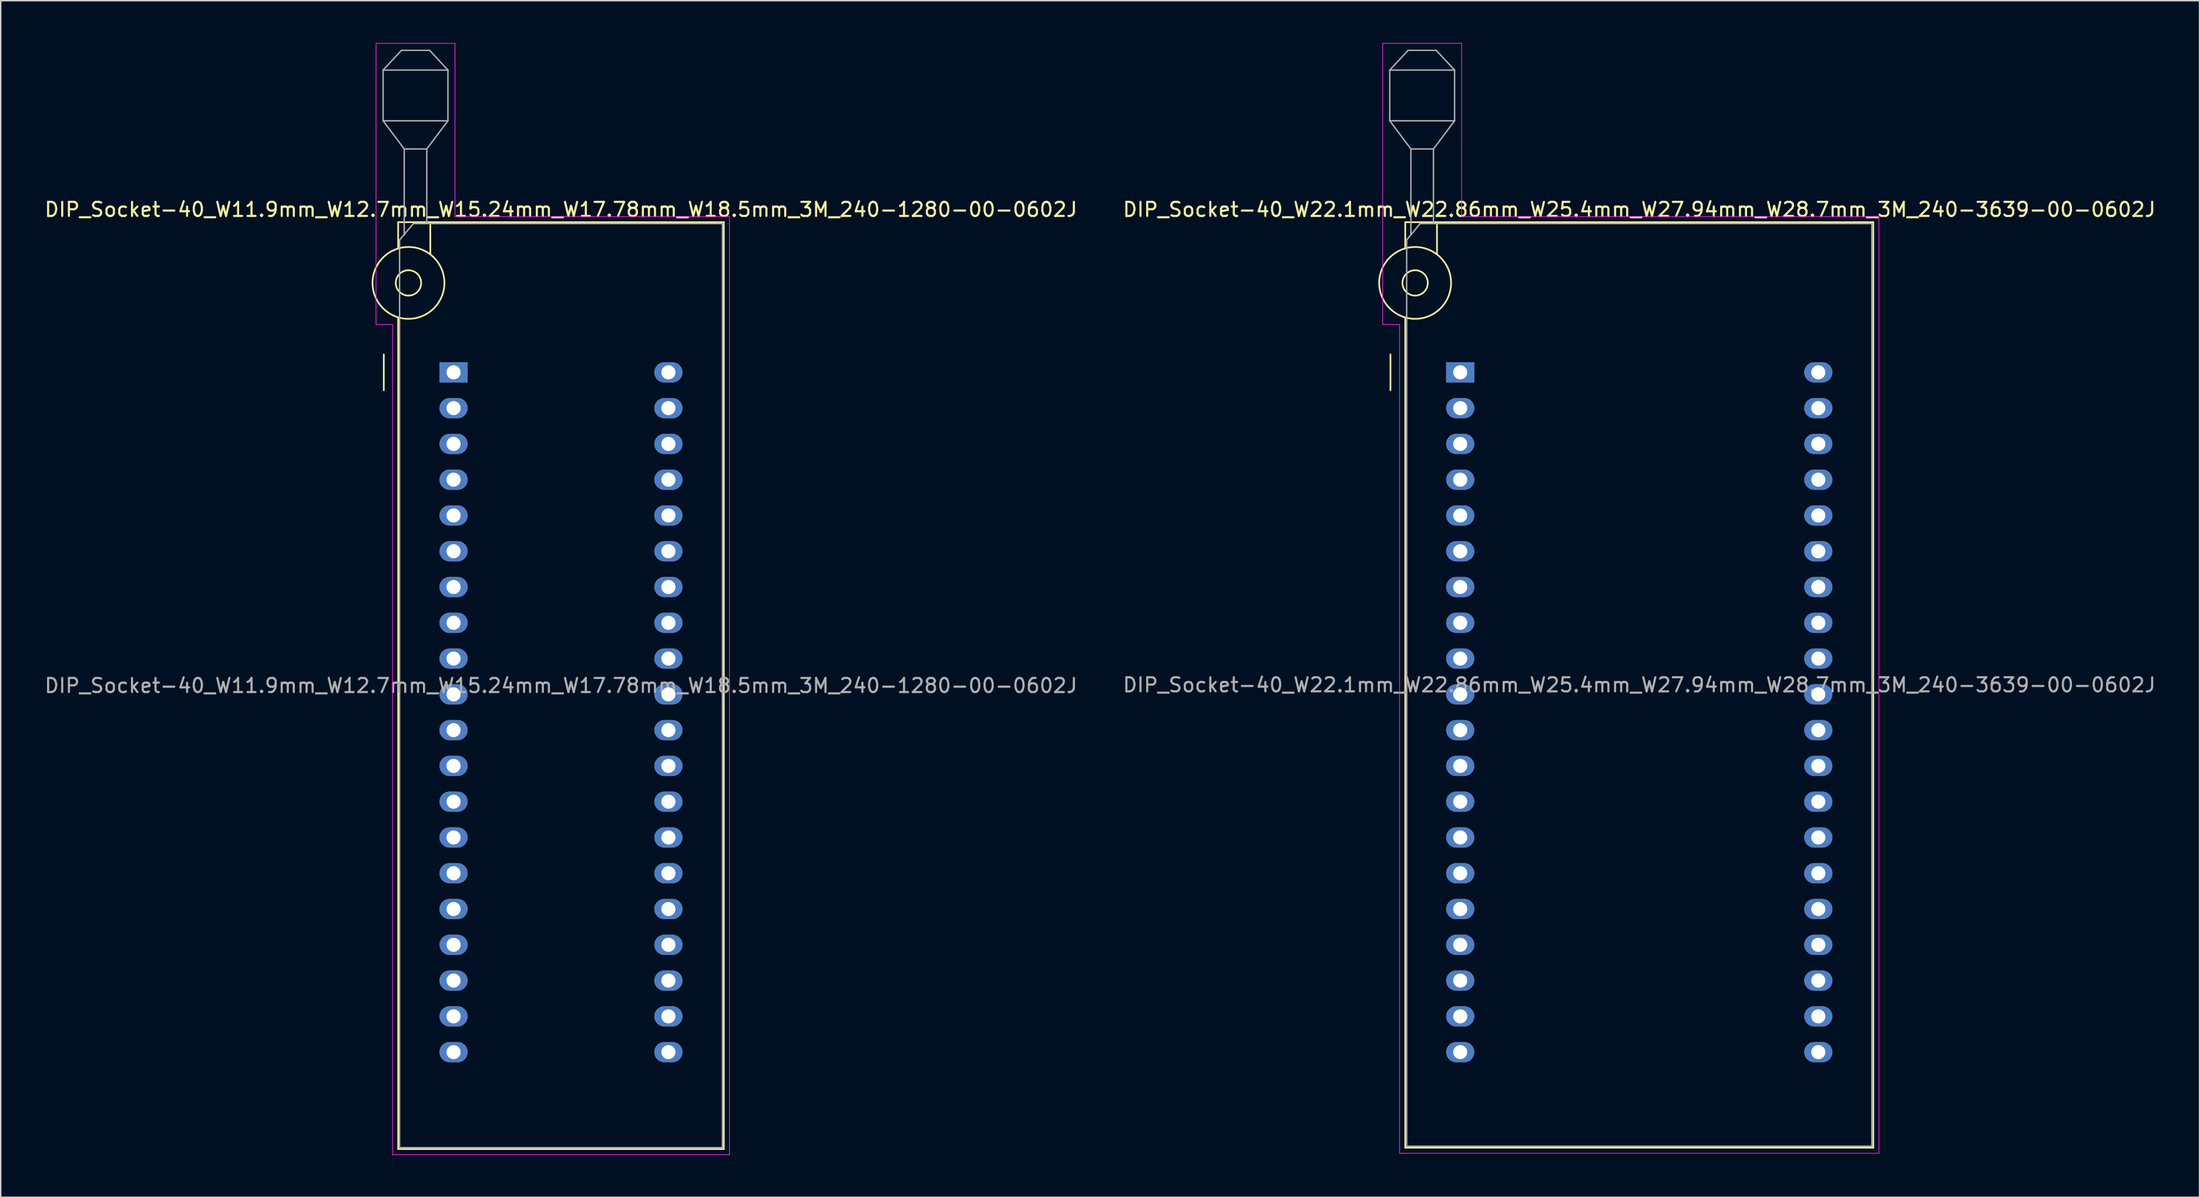
<source format=kicad_pcb>
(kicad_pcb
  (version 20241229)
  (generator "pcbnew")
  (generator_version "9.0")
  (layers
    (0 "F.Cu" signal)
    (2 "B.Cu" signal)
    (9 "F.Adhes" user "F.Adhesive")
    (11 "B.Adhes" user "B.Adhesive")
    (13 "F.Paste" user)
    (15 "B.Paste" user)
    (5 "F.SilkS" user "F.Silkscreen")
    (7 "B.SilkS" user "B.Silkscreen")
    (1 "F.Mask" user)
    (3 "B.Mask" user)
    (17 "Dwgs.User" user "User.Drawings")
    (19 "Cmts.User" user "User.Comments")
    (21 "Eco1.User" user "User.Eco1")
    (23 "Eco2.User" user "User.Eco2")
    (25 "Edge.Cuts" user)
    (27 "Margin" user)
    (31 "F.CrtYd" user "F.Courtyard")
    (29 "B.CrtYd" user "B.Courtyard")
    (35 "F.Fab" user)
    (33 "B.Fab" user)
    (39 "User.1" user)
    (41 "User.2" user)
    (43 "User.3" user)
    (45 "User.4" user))
  (footprint "DIP_Socket-40_W11.9mm_W12.7mm_W15.24mm_W17.78mm_W18.5mm_3M_240-1280-00-0602J"
    (layer "F.Cu")
    (at 29.124 23.385)
    (property "Reference" "DIP_Socket-40_W11.9mm_W12.7mm_W15.24mm_W17.78mm_W18.5mm_3M_240-1280-00-0602J" (at 7.62 -11.56 0) (layer "F.SilkS") (effects (font (size 1 1) (thickness 0.15))))
    (attr through_hole)
    (fp_line (start -4.95 1.27) (end -4.95 -1.27) (stroke (width 0.12) (type solid)) (layer "F.SilkS"))
    (fp_line (start -3.93 -10.66) (end -3.93 -8.8) (stroke (width 0.12) (type solid)) (layer "F.SilkS"))
    (fp_line (start -3.93 -3.9) (end -3.93 55.14) (stroke (width 0.12) (type solid)) (layer "F.SilkS"))
    (fp_line (start -3.93 55.14) (end 19.17 55.14) (stroke (width 0.12) (type solid)) (layer "F.SilkS"))
    (fp_line (start -1.65 -10.66) (end -1.65 -8.4) (stroke (width 0.12) (type solid)) (layer "F.SilkS"))
    (fp_line (start 19.17 -10.66) (end -3.93 -10.66) (stroke (width 0.12) (type solid)) (layer "F.SilkS"))
    (fp_line (start 19.17 55.14) (end 19.17 -10.66) (stroke (width 0.12) (type solid)) (layer "F.SilkS"))
    (fp_circle (center -3.2 -6.35) (end -2.3 -6.35) (stroke (width 0.12) (type solid)) (fill no) (layer "F.SilkS"))
    (fp_circle (center -3.2 -6.35) (end -0.65 -6.35) (stroke (width 0.12) (type solid)) (fill no) (layer "F.SilkS"))
    (fp_line (start -5.5 -23.36) (end 0.1 -23.36) (stroke (width 0.05) (type solid)) (layer "F.CrtYd"))
    (fp_line (start -5.5 -3.4) (end -5.5 -23.36) (stroke (width 0.05) (type solid)) (layer "F.CrtYd"))
    (fp_line (start -4.33 -3.4) (end -5.5 -3.4) (stroke (width 0.05) (type solid)) (layer "F.CrtYd"))
    (fp_line (start -4.33 55.54) (end -4.33 -3.4) (stroke (width 0.05) (type solid)) (layer "F.CrtYd"))
    (fp_line (start 0.1 -23.36) (end 0.1 -11.06) (stroke (width 0.05) (type solid)) (layer "F.CrtYd"))
    (fp_line (start 0.1 -11.06) (end 19.57 -11.06) (stroke (width 0.05) (type solid)) (layer "F.CrtYd"))
    (fp_line (start 19.57 -11.06) (end 19.57 55.54) (stroke (width 0.05) (type solid)) (layer "F.CrtYd"))
    (fp_line (start 19.57 55.54) (end -4.33 55.54) (stroke (width 0.05) (type solid)) (layer "F.CrtYd"))
    (fp_line (start -5 -21.46) (end -5 -17.86) (stroke (width 0.1) (type solid)) (layer "F.Fab"))
    (fp_line (start -5 -21.46) (end -3.7 -22.86) (stroke (width 0.1) (type solid)) (layer "F.Fab"))
    (fp_line (start -5 -17.86) (end -3.5 -15.86) (stroke (width 0.1) (type solid)) (layer "F.Fab"))
    (fp_line (start -5 -17.86) (end -0.4 -17.86) (stroke (width 0.1) (type solid)) (layer "F.Fab"))
    (fp_line (start -3.83 -9.4) (end -2.85 -10.56) (stroke (width 0.1) (type solid)) (layer "F.Fab"))
    (fp_line (start -3.83 55.04) (end -3.83 -9.4) (stroke (width 0.1) (type solid)) (layer "F.Fab"))
    (fp_line (start -3.7 -22.86) (end -1.7 -22.86) (stroke (width 0.1) (type solid)) (layer "F.Fab"))
    (fp_line (start -3.5 -15.86) (end -1.9 -15.86) (stroke (width 0.1) (type solid)) (layer "F.Fab"))
    (fp_line (start -3.5 -9.75) (end -3.5 -15.86) (stroke (width 0.1) (type solid)) (layer "F.Fab"))
    (fp_line (start -2.85 -10.56) (end 19.07 -10.56) (stroke (width 0.1) (type solid)) (layer "F.Fab"))
    (fp_line (start -1.9 -15.86) (end -1.9 -10.56) (stroke (width 0.1) (type solid)) (layer "F.Fab"))
    (fp_line (start -1.7 -22.86) (end -0.4 -21.46) (stroke (width 0.1) (type solid)) (layer "F.Fab"))
    (fp_line (start -0.4 -21.46) (end -5 -21.46) (stroke (width 0.1) (type solid)) (layer "F.Fab"))
    (fp_line (start -0.4 -17.86) (end -1.9 -15.86) (stroke (width 0.1) (type solid)) (layer "F.Fab"))
    (fp_line (start -0.4 -17.86) (end -0.4 -21.46) (stroke (width 0.1) (type solid)) (layer "F.Fab"))
    (fp_line (start 19.07 -10.56) (end 19.07 55.04) (stroke (width 0.1) (type solid)) (layer "F.Fab"))
    (fp_line (start 19.07 55.04) (end -3.83 55.04) (stroke (width 0.1) (type solid)) (layer "F.Fab"))
    (fp_text user "${REFERENCE}" (at 7.62 22.24 0) (layer "F.Fab") (effects (font (size 1 1) (thickness 0.15))))
    (pad "1" thru_hole rect (at 0 0) (size 2 1.44) (drill 1) (layers "*.Cu" "*.Mask"))
    (pad "2" thru_hole oval (at 0 2.54) (size 2 1.44) (drill 1) (layers "*.Cu" "*.Mask"))
    (pad "3" thru_hole oval (at 0 5.08) (size 2 1.44) (drill 1) (layers "*.Cu" "*.Mask"))
    (pad "4" thru_hole oval (at 0 7.62) (size 2 1.44) (drill 1) (layers "*.Cu" "*.Mask"))
    (pad "5" thru_hole oval (at 0 10.16) (size 2 1.44) (drill 1) (layers "*.Cu" "*.Mask"))
    (pad "6" thru_hole oval (at 0 12.7) (size 2 1.44) (drill 1) (layers "*.Cu" "*.Mask"))
    (pad "7" thru_hole oval (at 0 15.24) (size 2 1.44) (drill 1) (layers "*.Cu" "*.Mask"))
    (pad "8" thru_hole oval (at 0 17.78) (size 2 1.44) (drill 1) (layers "*.Cu" "*.Mask"))
    (pad "9" thru_hole oval (at 0 20.32) (size 2 1.44) (drill 1) (layers "*.Cu" "*.Mask"))
    (pad "10" thru_hole oval (at 0 22.86) (size 2 1.44) (drill 1) (layers "*.Cu" "*.Mask"))
    (pad "11" thru_hole oval (at 0 25.4) (size 2 1.44) (drill 1) (layers "*.Cu" "*.Mask"))
    (pad "12" thru_hole oval (at 0 27.94) (size 2 1.44) (drill 1) (layers "*.Cu" "*.Mask"))
    (pad "13" thru_hole oval (at 0 30.48) (size 2 1.44) (drill 1) (layers "*.Cu" "*.Mask"))
    (pad "14" thru_hole oval (at 0 33.02) (size 2 1.44) (drill 1) (layers "*.Cu" "*.Mask"))
    (pad "15" thru_hole oval (at 0 35.56) (size 2 1.44) (drill 1) (layers "*.Cu" "*.Mask"))
    (pad "16" thru_hole oval (at 0 38.1) (size 2 1.44) (drill 1) (layers "*.Cu" "*.Mask"))
    (pad "17" thru_hole oval (at 0 40.64) (size 2 1.44) (drill 1) (layers "*.Cu" "*.Mask"))
    (pad "18" thru_hole oval (at 0 43.18) (size 2 1.44) (drill 1) (layers "*.Cu" "*.Mask"))
    (pad "19" thru_hole oval (at 0 45.72) (size 2 1.44) (drill 1) (layers "*.Cu" "*.Mask"))
    (pad "20" thru_hole oval (at 0 48.26) (size 2 1.44) (drill 1) (layers "*.Cu" "*.Mask"))
    (pad "21" thru_hole oval (at 15.24 48.26) (size 2 1.44) (drill 1) (layers "*.Cu" "*.Mask"))
    (pad "22" thru_hole oval (at 15.24 45.72) (size 2 1.44) (drill 1) (layers "*.Cu" "*.Mask"))
    (pad "23" thru_hole oval (at 15.24 43.18) (size 2 1.44) (drill 1) (layers "*.Cu" "*.Mask"))
    (pad "24" thru_hole oval (at 15.24 40.64) (size 2 1.44) (drill 1) (layers "*.Cu" "*.Mask"))
    (pad "25" thru_hole oval (at 15.24 38.1) (size 2 1.44) (drill 1) (layers "*.Cu" "*.Mask"))
    (pad "26" thru_hole oval (at 15.24 35.56) (size 2 1.44) (drill 1) (layers "*.Cu" "*.Mask"))
    (pad "27" thru_hole oval (at 15.24 33.02) (size 2 1.44) (drill 1) (layers "*.Cu" "*.Mask"))
    (pad "28" thru_hole oval (at 15.24 30.48) (size 2 1.44) (drill 1) (layers "*.Cu" "*.Mask"))
    (pad "29" thru_hole oval (at 15.24 27.94) (size 2 1.44) (drill 1) (layers "*.Cu" "*.Mask"))
    (pad "30" thru_hole oval (at 15.24 25.4) (size 2 1.44) (drill 1) (layers "*.Cu" "*.Mask"))
    (pad "31" thru_hole oval (at 15.24 22.86) (size 2 1.44) (drill 1) (layers "*.Cu" "*.Mask"))
    (pad "32" thru_hole oval (at 15.24 20.32) (size 2 1.44) (drill 1) (layers "*.Cu" "*.Mask"))
    (pad "33" thru_hole oval (at 15.24 17.78) (size 2 1.44) (drill 1) (layers "*.Cu" "*.Mask"))
    (pad "34" thru_hole oval (at 15.24 15.24) (size 2 1.44) (drill 1) (layers "*.Cu" "*.Mask"))
    (pad "35" thru_hole oval (at 15.24 12.7) (size 2 1.44) (drill 1) (layers "*.Cu" "*.Mask"))
    (pad "36" thru_hole oval (at 15.24 10.16) (size 2 1.44) (drill 1) (layers "*.Cu" "*.Mask"))
    (pad "37" thru_hole oval (at 15.24 7.62) (size 2 1.44) (drill 1) (layers "*.Cu" "*.Mask"))
    (pad "38" thru_hole oval (at 15.24 5.08) (size 2 1.44) (drill 1) (layers "*.Cu" "*.Mask"))
    (pad "39" thru_hole oval (at 15.24 2.54) (size 2 1.44) (drill 1) (layers "*.Cu" "*.Mask"))
    (pad "40" thru_hole oval (at 15.24 0) (size 2 1.44) (drill 1) (layers "*.Cu" "*.Mask")))
  (footprint "DIP_Socket-40_W22.1mm_W22.86mm_W25.4mm_W27.94mm_W28.7mm_3M_240-3639-00-0602J"
    (layer "F.Cu")
    (at 100.532 23.385)
    (property "Reference" "DIP_Socket-40_W22.1mm_W22.86mm_W25.4mm_W27.94mm_W28.7mm_3M_240-3639-00-0602J" (at 12.7 -11.56 0) (layer "F.SilkS") (effects (font (size 1 1) (thickness 0.15))))
    (attr through_hole)
    (fp_line (start -4.95 1.27) (end -4.95 -1.27) (stroke (width 0.12) (type solid)) (layer "F.SilkS"))
    (fp_line (start -3.9 -10.66) (end -3.9 -8.8) (stroke (width 0.12) (type solid)) (layer "F.SilkS"))
    (fp_line (start -3.9 -3.9) (end -3.9 55.04) (stroke (width 0.12) (type solid)) (layer "F.SilkS"))
    (fp_line (start -3.9 55.04) (end 29.3 55.04) (stroke (width 0.12) (type solid)) (layer "F.SilkS"))
    (fp_line (start -1.65 -10.66) (end -1.65 -8.4) (stroke (width 0.12) (type solid)) (layer "F.SilkS"))
    (fp_line (start 29.3 -10.66) (end -3.9 -10.66) (stroke (width 0.12) (type solid)) (layer "F.SilkS"))
    (fp_line (start 29.3 55.04) (end 29.3 -10.66) (stroke (width 0.12) (type solid)) (layer "F.SilkS"))
    (fp_circle (center -3.2 -6.35) (end -2.3 -6.35) (stroke (width 0.12) (type solid)) (fill no) (layer "F.SilkS"))
    (fp_circle (center -3.2 -6.35) (end -0.65 -6.35) (stroke (width 0.12) (type solid)) (fill no) (layer "F.SilkS"))
    (fp_line (start -5.5 -23.36) (end 0.1 -23.36) (stroke (width 0.05) (type solid)) (layer "F.CrtYd"))
    (fp_line (start -5.5 -3.4) (end -5.5 -23.36) (stroke (width 0.05) (type solid)) (layer "F.CrtYd"))
    (fp_line (start -4.3 -3.4) (end -5.5 -3.4) (stroke (width 0.05) (type solid)) (layer "F.CrtYd"))
    (fp_line (start -4.3 55.44) (end -4.3 -3.4) (stroke (width 0.05) (type solid)) (layer "F.CrtYd"))
    (fp_line (start 0.1 -23.36) (end 0.1 -11.06) (stroke (width 0.05) (type solid)) (layer "F.CrtYd"))
    (fp_line (start 0.1 -11.06) (end 29.7 -11.06) (stroke (width 0.05) (type solid)) (layer "F.CrtYd"))
    (fp_line (start 29.7 -11.06) (end 29.7 55.44) (stroke (width 0.05) (type solid)) (layer "F.CrtYd"))
    (fp_line (start 29.7 55.44) (end -4.3 55.44) (stroke (width 0.05) (type solid)) (layer "F.CrtYd"))
    (fp_line (start -5 -21.46) (end -5 -17.86) (stroke (width 0.1) (type solid)) (layer "F.Fab"))
    (fp_line (start -5 -21.46) (end -3.7 -22.86) (stroke (width 0.1) (type solid)) (layer "F.Fab"))
    (fp_line (start -5 -17.86) (end -3.5 -15.86) (stroke (width 0.1) (type solid)) (layer "F.Fab"))
    (fp_line (start -5 -17.86) (end -0.4 -17.86) (stroke (width 0.1) (type solid)) (layer "F.Fab"))
    (fp_line (start -3.8 -9.4) (end -2.85 -10.56) (stroke (width 0.1) (type solid)) (layer "F.Fab"))
    (fp_line (start -3.8 54.94) (end -3.8 -9.4) (stroke (width 0.1) (type solid)) (layer "F.Fab"))
    (fp_line (start -3.7 -22.86) (end -1.7 -22.86) (stroke (width 0.1) (type solid)) (layer "F.Fab"))
    (fp_line (start -3.5 -15.86) (end -1.9 -15.86) (stroke (width 0.1) (type solid)) (layer "F.Fab"))
    (fp_line (start -3.5 -9.75) (end -3.5 -15.86) (stroke (width 0.1) (type solid)) (layer "F.Fab"))
    (fp_line (start -2.85 -10.56) (end 29.2 -10.56) (stroke (width 0.1) (type solid)) (layer "F.Fab"))
    (fp_line (start -1.9 -15.86) (end -1.9 -10.56) (stroke (width 0.1) (type solid)) (layer "F.Fab"))
    (fp_line (start -1.7 -22.86) (end -0.4 -21.46) (stroke (width 0.1) (type solid)) (layer "F.Fab"))
    (fp_line (start -0.4 -21.46) (end -5 -21.46) (stroke (width 0.1) (type solid)) (layer "F.Fab"))
    (fp_line (start -0.4 -17.86) (end -1.9 -15.86) (stroke (width 0.1) (type solid)) (layer "F.Fab"))
    (fp_line (start -0.4 -17.86) (end -0.4 -21.46) (stroke (width 0.1) (type solid)) (layer "F.Fab"))
    (fp_line (start 29.2 -10.56) (end 29.2 54.94) (stroke (width 0.1) (type solid)) (layer "F.Fab"))
    (fp_line (start 29.2 54.94) (end -3.8 54.94) (stroke (width 0.1) (type solid)) (layer "F.Fab"))
    (fp_text user "${REFERENCE}" (at 12.7 22.19 0) (layer "F.Fab") (effects (font (size 1 1) (thickness 0.15))))
    (pad "1" thru_hole rect (at 0 0) (size 2 1.44) (drill 1) (layers "*.Cu" "*.Mask"))
    (pad "2" thru_hole oval (at 0 2.54) (size 2 1.44) (drill 1) (layers "*.Cu" "*.Mask"))
    (pad "3" thru_hole oval (at 0 5.08) (size 2 1.44) (drill 1) (layers "*.Cu" "*.Mask"))
    (pad "4" thru_hole oval (at 0 7.62) (size 2 1.44) (drill 1) (layers "*.Cu" "*.Mask"))
    (pad "5" thru_hole oval (at 0 10.16) (size 2 1.44) (drill 1) (layers "*.Cu" "*.Mask"))
    (pad "6" thru_hole oval (at 0 12.7) (size 2 1.44) (drill 1) (layers "*.Cu" "*.Mask"))
    (pad "7" thru_hole oval (at 0 15.24) (size 2 1.44) (drill 1) (layers "*.Cu" "*.Mask"))
    (pad "8" thru_hole oval (at 0 17.78) (size 2 1.44) (drill 1) (layers "*.Cu" "*.Mask"))
    (pad "9" thru_hole oval (at 0 20.32) (size 2 1.44) (drill 1) (layers "*.Cu" "*.Mask"))
    (pad "10" thru_hole oval (at 0 22.86) (size 2 1.44) (drill 1) (layers "*.Cu" "*.Mask"))
    (pad "11" thru_hole oval (at 0 25.4) (size 2 1.44) (drill 1) (layers "*.Cu" "*.Mask"))
    (pad "12" thru_hole oval (at 0 27.94) (size 2 1.44) (drill 1) (layers "*.Cu" "*.Mask"))
    (pad "13" thru_hole oval (at 0 30.48) (size 2 1.44) (drill 1) (layers "*.Cu" "*.Mask"))
    (pad "14" thru_hole oval (at 0 33.02) (size 2 1.44) (drill 1) (layers "*.Cu" "*.Mask"))
    (pad "15" thru_hole oval (at 0 35.56) (size 2 1.44) (drill 1) (layers "*.Cu" "*.Mask"))
    (pad "16" thru_hole oval (at 0 38.1) (size 2 1.44) (drill 1) (layers "*.Cu" "*.Mask"))
    (pad "17" thru_hole oval (at 0 40.64) (size 2 1.44) (drill 1) (layers "*.Cu" "*.Mask"))
    (pad "18" thru_hole oval (at 0 43.18) (size 2 1.44) (drill 1) (layers "*.Cu" "*.Mask"))
    (pad "19" thru_hole oval (at 0 45.72) (size 2 1.44) (drill 1) (layers "*.Cu" "*.Mask"))
    (pad "20" thru_hole oval (at 0 48.26) (size 2 1.44) (drill 1) (layers "*.Cu" "*.Mask"))
    (pad "21" thru_hole oval (at 25.4 48.26) (size 2 1.44) (drill 1) (layers "*.Cu" "*.Mask"))
    (pad "22" thru_hole oval (at 25.4 45.72) (size 2 1.44) (drill 1) (layers "*.Cu" "*.Mask"))
    (pad "23" thru_hole oval (at 25.4 43.18) (size 2 1.44) (drill 1) (layers "*.Cu" "*.Mask"))
    (pad "24" thru_hole oval (at 25.4 40.64) (size 2 1.44) (drill 1) (layers "*.Cu" "*.Mask"))
    (pad "25" thru_hole oval (at 25.4 38.1) (size 2 1.44) (drill 1) (layers "*.Cu" "*.Mask"))
    (pad "26" thru_hole oval (at 25.4 35.56) (size 2 1.44) (drill 1) (layers "*.Cu" "*.Mask"))
    (pad "27" thru_hole oval (at 25.4 33.02) (size 2 1.44) (drill 1) (layers "*.Cu" "*.Mask"))
    (pad "28" thru_hole oval (at 25.4 30.48) (size 2 1.44) (drill 1) (layers "*.Cu" "*.Mask"))
    (pad "29" thru_hole oval (at 25.4 27.94) (size 2 1.44) (drill 1) (layers "*.Cu" "*.Mask"))
    (pad "30" thru_hole oval (at 25.4 25.4) (size 2 1.44) (drill 1) (layers "*.Cu" "*.Mask"))
    (pad "31" thru_hole oval (at 25.4 22.86) (size 2 1.44) (drill 1) (layers "*.Cu" "*.Mask"))
    (pad "32" thru_hole oval (at 25.4 20.32) (size 2 1.44) (drill 1) (layers "*.Cu" "*.Mask"))
    (pad "33" thru_hole oval (at 25.4 17.78) (size 2 1.44) (drill 1) (layers "*.Cu" "*.Mask"))
    (pad "34" thru_hole oval (at 25.4 15.24) (size 2 1.44) (drill 1) (layers "*.Cu" "*.Mask"))
    (pad "35" thru_hole oval (at 25.4 12.7) (size 2 1.44) (drill 1) (layers "*.Cu" "*.Mask"))
    (pad "36" thru_hole oval (at 25.4 10.16) (size 2 1.44) (drill 1) (layers "*.Cu" "*.Mask"))
    (pad "37" thru_hole oval (at 25.4 7.62) (size 2 1.44) (drill 1) (layers "*.Cu" "*.Mask"))
    (pad "38" thru_hole oval (at 25.4 5.08) (size 2 1.44) (drill 1) (layers "*.Cu" "*.Mask"))
    (pad "39" thru_hole oval (at 25.4 2.54) (size 2 1.44) (drill 1) (layers "*.Cu" "*.Mask"))
    (pad "40" thru_hole oval (at 25.4 0) (size 2 1.44) (drill 1) (layers "*.Cu" "*.Mask")))
  (gr_rect
    (start -3 -3)
    (end 152.976 81.95)
    (stroke (width 0.1) (type default))
    (fill no)
    (layer "Edge.Cuts")))
</source>
